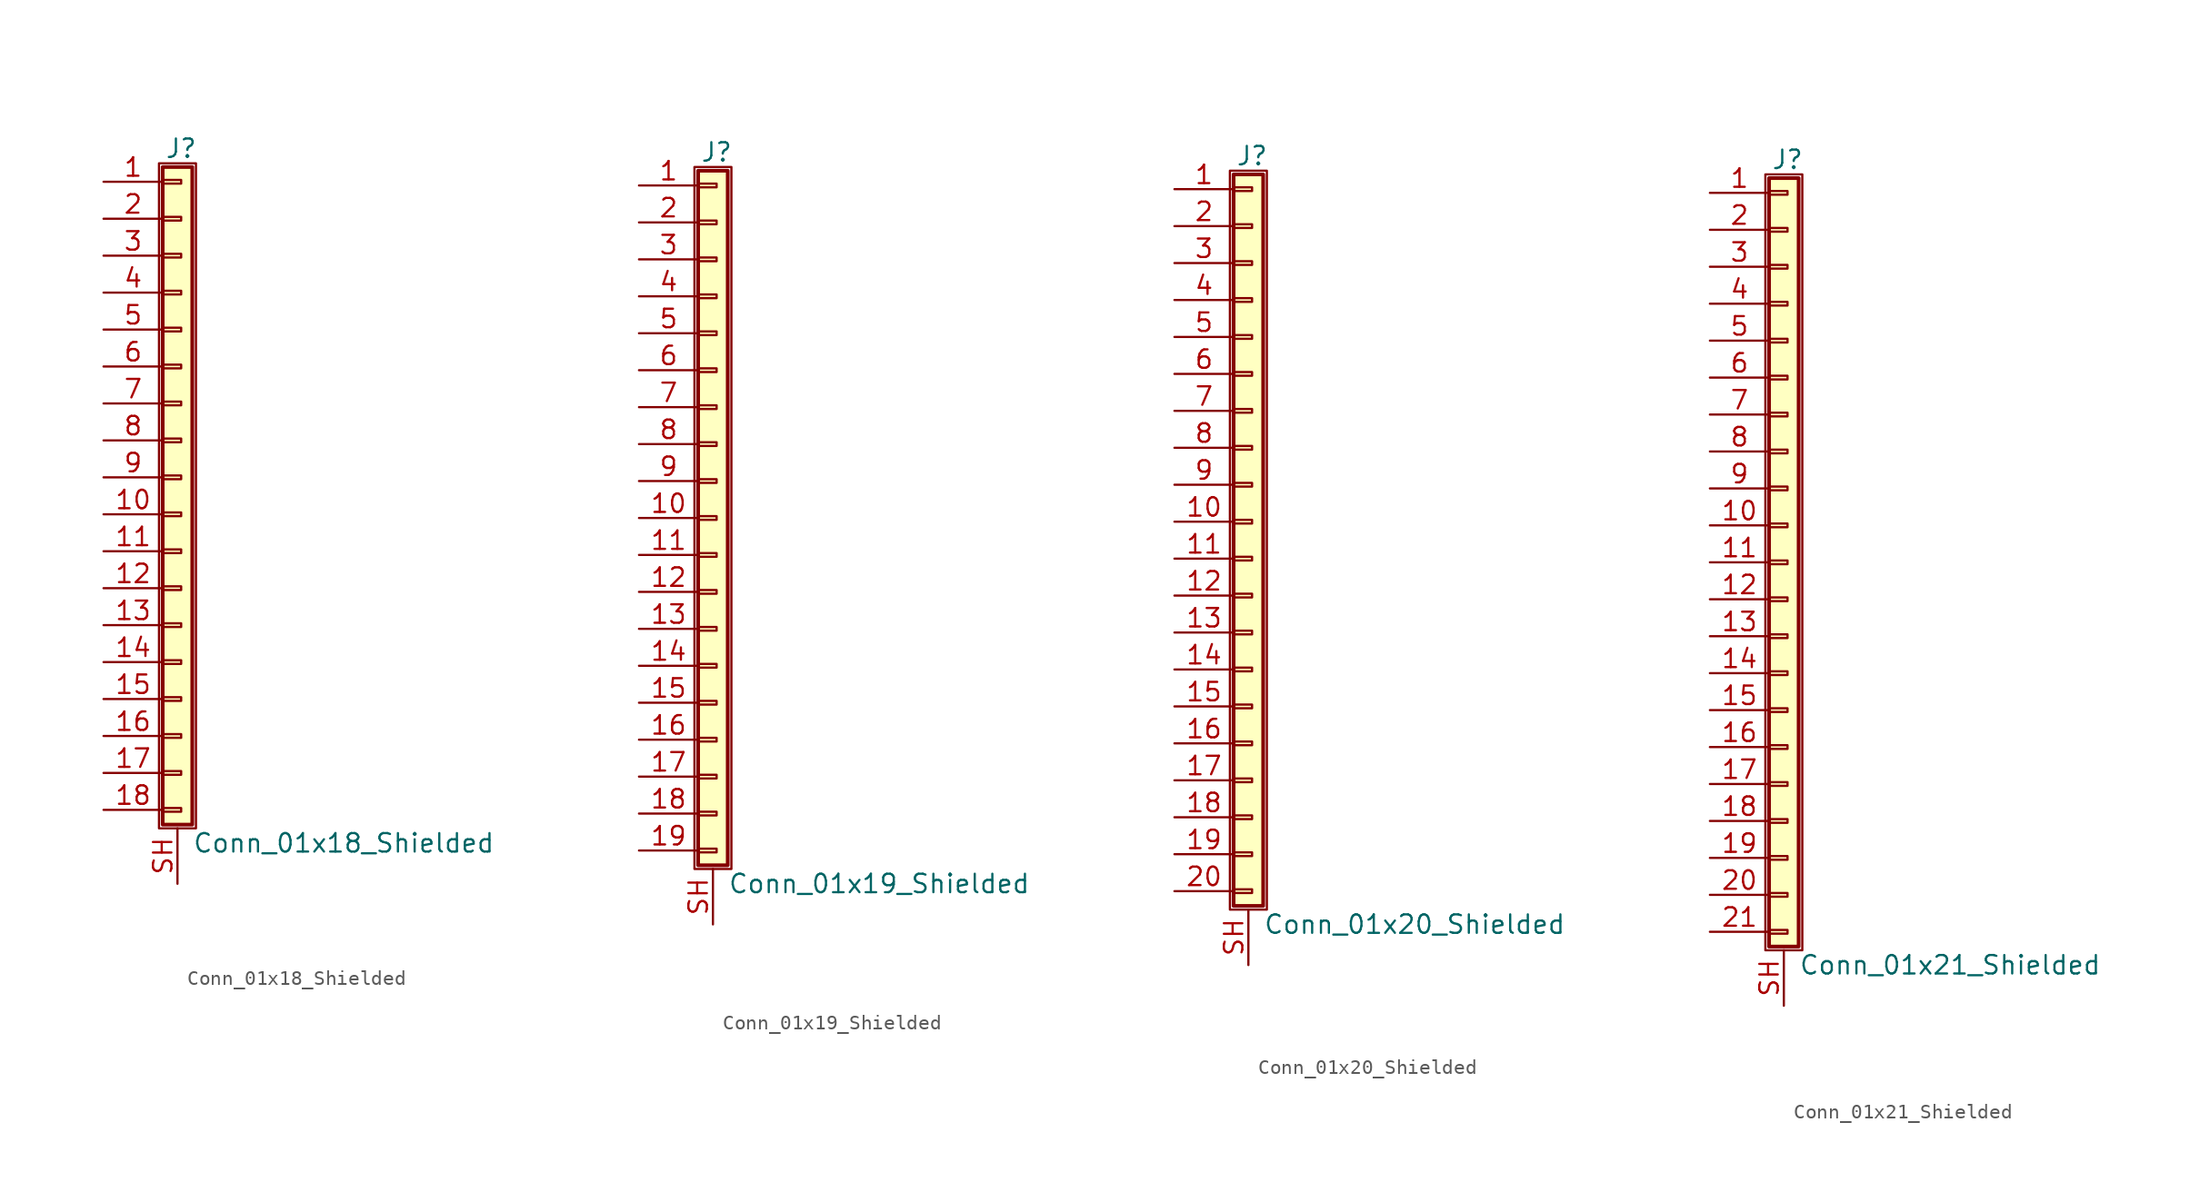
<source format=kicad_sym>
(kicad_symbol_lib
  (version 20201005)
  (generator kicad_symbol_editor)
  (symbol "Connector_Generic_Shielded:Conn_01x18_Shielded"
    (pin_names
      (offset 1.016) hide)
    (property "Reference" "J"
      (at 0.254 22.606 0)
      (effects (font (size 1.27 1.27))))
    (property "Value" "Conn_01x18_Shielded"
      (at 1.016 -25.146 0)
      (effects (font (size 1.27 1.27)) (justify left)))
    (symbol "Conn_01x18_Shielded_1_1"
      (rectangle (start -1.016 -4.953) (end 0.254 -5.207) (stroke (width 0.152)) (fill (type none)))
      (rectangle (start -1.016 -7.493) (end 0.254 -7.747) (stroke (width 0.152)) (fill (type none)))
      (rectangle (start -1.016 -10.033) (end 0.254 -10.287) (stroke (width 0.152)) (fill (type none)))
      (rectangle (start -1.016 -12.573) (end 0.254 -12.827) (stroke (width 0.152)) (fill (type none)))
      (rectangle (start -1.016 -15.113) (end 0.254 -15.367) (stroke (width 0.152)) (fill (type none)))
      (rectangle (start -1.016 -17.653) (end 0.254 -17.907) (stroke (width 0.152)) (fill (type none)))
      (rectangle (start -1.016 -20.193) (end 0.254 -20.447) (stroke (width 0.152)) (fill (type none)))
      (rectangle (start -1.016 -22.733) (end 0.254 -22.987) (stroke (width 0.152)) (fill (type none)))
      (rectangle (start -1.016 -2.413) (end 0.254 -2.667) (stroke (width 0.152)) (fill (type none)))
      (rectangle (start -1.016 2.667) (end 0.254 2.413) (stroke (width 0.152)) (fill (type none)))
      (rectangle (start -1.016 5.207) (end 0.254 4.953) (stroke (width 0.152)) (fill (type none)))
      (rectangle (start -1.016 7.747) (end 0.254 7.493) (stroke (width 0.152)) (fill (type none)))
      (rectangle (start -1.016 10.287) (end 0.254 10.033) (stroke (width 0.152)) (fill (type none)))
      (rectangle (start -1.016 0.127) (end 0.254 -0.127) (stroke (width 0.152)) (fill (type none)))
      (rectangle (start -1.016 12.827) (end 0.254 12.573) (stroke (width 0.152)) (fill (type none)))
      (rectangle (start -1.016 15.367) (end 0.254 15.113) (stroke (width 0.152)) (fill (type none)))
      (rectangle (start -1.016 17.907) (end 0.254 17.653) (stroke (width 0.152)) (fill (type none)))
      (rectangle (start -1.016 20.447) (end 0.254 20.193) (stroke (width 0.152)) (fill (type none)))
      (rectangle (start -1.016 21.336) (end 1.016 -23.876) (stroke (width 0.254)) (fill (type background)))
      (rectangle (start -1.27 21.59) (end 1.27 -24.13) (stroke (width 0.152)) (fill (type none)))
      (pin passive line (at -5.08 20.32 0) (length 4.064) (name "Pin_1" (effects (font (size 1.27 1.27)))) (number "1" (effects (font (size 1.27 1.27)))))
      (pin passive line (at -5.08 -2.54 0) (length 4.064) (name "Pin_10" (effects (font (size 1.27 1.27)))) (number "10" (effects (font (size 1.27 1.27)))))
      (pin passive line (at -5.08 -5.08 0) (length 4.064) (name "Pin_11" (effects (font (size 1.27 1.27)))) (number "11" (effects (font (size 1.27 1.27)))))
      (pin passive line (at -5.08 -7.62 0) (length 4.064) (name "Pin_12" (effects (font (size 1.27 1.27)))) (number "12" (effects (font (size 1.27 1.27)))))
      (pin passive line (at -5.08 -10.16 0) (length 4.064) (name "Pin_13" (effects (font (size 1.27 1.27)))) (number "13" (effects (font (size 1.27 1.27)))))
      (pin passive line (at -5.08 -12.7 0) (length 4.064) (name "Pin_14" (effects (font (size 1.27 1.27)))) (number "14" (effects (font (size 1.27 1.27)))))
      (pin passive line (at -5.08 -15.24 0) (length 4.064) (name "Pin_15" (effects (font (size 1.27 1.27)))) (number "15" (effects (font (size 1.27 1.27)))))
      (pin passive line (at -5.08 -17.78 0) (length 4.064) (name "Pin_16" (effects (font (size 1.27 1.27)))) (number "16" (effects (font (size 1.27 1.27)))))
      (pin passive line (at -5.08 -20.32 0) (length 4.064) (name "Pin_17" (effects (font (size 1.27 1.27)))) (number "17" (effects (font (size 1.27 1.27)))))
      (pin passive line (at -5.08 -22.86 0) (length 4.064) (name "Pin_18" (effects (font (size 1.27 1.27)))) (number "18" (effects (font (size 1.27 1.27)))))
      (pin passive line (at -5.08 17.78 0) (length 4.064) (name "Pin_2" (effects (font (size 1.27 1.27)))) (number "2" (effects (font (size 1.27 1.27)))))
      (pin passive line (at -5.08 15.24 0) (length 4.064) (name "Pin_3" (effects (font (size 1.27 1.27)))) (number "3" (effects (font (size 1.27 1.27)))))
      (pin passive line (at -5.08 12.7 0) (length 4.064) (name "Pin_4" (effects (font (size 1.27 1.27)))) (number "4" (effects (font (size 1.27 1.27)))))
      (pin passive line (at -5.08 10.16 0) (length 4.064) (name "Pin_5" (effects (font (size 1.27 1.27)))) (number "5" (effects (font (size 1.27 1.27)))))
      (pin passive line (at -5.08 7.62 0) (length 4.064) (name "Pin_6" (effects (font (size 1.27 1.27)))) (number "6" (effects (font (size 1.27 1.27)))))
      (pin passive line (at -5.08 5.08 0) (length 4.064) (name "Pin_7" (effects (font (size 1.27 1.27)))) (number "7" (effects (font (size 1.27 1.27)))))
      (pin passive line (at -5.08 2.54 0) (length 4.064) (name "Pin_8" (effects (font (size 1.27 1.27)))) (number "8" (effects (font (size 1.27 1.27)))))
      (pin passive line (at -5.08 0 0) (length 4.064) (name "Pin_9" (effects (font (size 1.27 1.27)))) (number "9" (effects (font (size 1.27 1.27)))))
      (pin passive line (at 0 -27.94 90) (length 3.81) (name "Shield" (effects (font (size 1.27 1.27)))) (number "SH" (effects (font (size 1.27 1.27)))))))
  (symbol "Connector_Generic_Shielded:Conn_01x19_Shielded"
    (pin_names
      (offset 1.016) hide)
    (property "Reference" "J"
      (at 0.254 25.146 0)
      (effects (font (size 1.27 1.27))))
    (property "Value" "Conn_01x19_Shielded"
      (at 1.016 -25.146 0)
      (effects (font (size 1.27 1.27)) (justify left)))
    (symbol "Conn_01x19_Shielded_1_1"
      (rectangle (start -1.016 -4.953) (end 0.254 -5.207) (stroke (width 0.152)) (fill (type none)))
      (rectangle (start -1.016 -7.493) (end 0.254 -7.747) (stroke (width 0.152)) (fill (type none)))
      (rectangle (start -1.016 -10.033) (end 0.254 -10.287) (stroke (width 0.152)) (fill (type none)))
      (rectangle (start -1.016 -12.573) (end 0.254 -12.827) (stroke (width 0.152)) (fill (type none)))
      (rectangle (start -1.016 -15.113) (end 0.254 -15.367) (stroke (width 0.152)) (fill (type none)))
      (rectangle (start -1.016 -17.653) (end 0.254 -17.907) (stroke (width 0.152)) (fill (type none)))
      (rectangle (start -1.016 -20.193) (end 0.254 -20.447) (stroke (width 0.152)) (fill (type none)))
      (rectangle (start -1.016 -22.733) (end 0.254 -22.987) (stroke (width 0.152)) (fill (type none)))
      (rectangle (start -1.016 -2.413) (end 0.254 -2.667) (stroke (width 0.152)) (fill (type none)))
      (rectangle (start -1.016 2.667) (end 0.254 2.413) (stroke (width 0.152)) (fill (type none)))
      (rectangle (start -1.016 5.207) (end 0.254 4.953) (stroke (width 0.152)) (fill (type none)))
      (rectangle (start -1.016 7.747) (end 0.254 7.493) (stroke (width 0.152)) (fill (type none)))
      (rectangle (start -1.016 10.287) (end 0.254 10.033) (stroke (width 0.152)) (fill (type none)))
      (rectangle (start -1.016 0.127) (end 0.254 -0.127) (stroke (width 0.152)) (fill (type none)))
      (rectangle (start -1.016 12.827) (end 0.254 12.573) (stroke (width 0.152)) (fill (type none)))
      (rectangle (start -1.016 15.367) (end 0.254 15.113) (stroke (width 0.152)) (fill (type none)))
      (rectangle (start -1.016 17.907) (end 0.254 17.653) (stroke (width 0.152)) (fill (type none)))
      (rectangle (start -1.016 20.447) (end 0.254 20.193) (stroke (width 0.152)) (fill (type none)))
      (rectangle (start -1.016 22.987) (end 0.254 22.733) (stroke (width 0.152)) (fill (type none)))
      (rectangle (start -1.016 23.876) (end 1.016 -23.876) (stroke (width 0.254)) (fill (type background)))
      (rectangle (start -1.27 24.13) (end 1.27 -24.13) (stroke (width 0.152)) (fill (type none)))
      (pin passive line (at -5.08 22.86 0) (length 4.064) (name "Pin_1" (effects (font (size 1.27 1.27)))) (number "1" (effects (font (size 1.27 1.27)))))
      (pin passive line (at -5.08 0 0) (length 4.064) (name "Pin_10" (effects (font (size 1.27 1.27)))) (number "10" (effects (font (size 1.27 1.27)))))
      (pin passive line (at -5.08 -2.54 0) (length 4.064) (name "Pin_11" (effects (font (size 1.27 1.27)))) (number "11" (effects (font (size 1.27 1.27)))))
      (pin passive line (at -5.08 -5.08 0) (length 4.064) (name "Pin_12" (effects (font (size 1.27 1.27)))) (number "12" (effects (font (size 1.27 1.27)))))
      (pin passive line (at -5.08 -7.62 0) (length 4.064) (name "Pin_13" (effects (font (size 1.27 1.27)))) (number "13" (effects (font (size 1.27 1.27)))))
      (pin passive line (at -5.08 -10.16 0) (length 4.064) (name "Pin_14" (effects (font (size 1.27 1.27)))) (number "14" (effects (font (size 1.27 1.27)))))
      (pin passive line (at -5.08 -12.7 0) (length 4.064) (name "Pin_15" (effects (font (size 1.27 1.27)))) (number "15" (effects (font (size 1.27 1.27)))))
      (pin passive line (at -5.08 -15.24 0) (length 4.064) (name "Pin_16" (effects (font (size 1.27 1.27)))) (number "16" (effects (font (size 1.27 1.27)))))
      (pin passive line (at -5.08 -17.78 0) (length 4.064) (name "Pin_17" (effects (font (size 1.27 1.27)))) (number "17" (effects (font (size 1.27 1.27)))))
      (pin passive line (at -5.08 -20.32 0) (length 4.064) (name "Pin_18" (effects (font (size 1.27 1.27)))) (number "18" (effects (font (size 1.27 1.27)))))
      (pin passive line (at -5.08 -22.86 0) (length 4.064) (name "Pin_19" (effects (font (size 1.27 1.27)))) (number "19" (effects (font (size 1.27 1.27)))))
      (pin passive line (at -5.08 20.32 0) (length 4.064) (name "Pin_2" (effects (font (size 1.27 1.27)))) (number "2" (effects (font (size 1.27 1.27)))))
      (pin passive line (at -5.08 17.78 0) (length 4.064) (name "Pin_3" (effects (font (size 1.27 1.27)))) (number "3" (effects (font (size 1.27 1.27)))))
      (pin passive line (at -5.08 15.24 0) (length 4.064) (name "Pin_4" (effects (font (size 1.27 1.27)))) (number "4" (effects (font (size 1.27 1.27)))))
      (pin passive line (at -5.08 12.7 0) (length 4.064) (name "Pin_5" (effects (font (size 1.27 1.27)))) (number "5" (effects (font (size 1.27 1.27)))))
      (pin passive line (at -5.08 10.16 0) (length 4.064) (name "Pin_6" (effects (font (size 1.27 1.27)))) (number "6" (effects (font (size 1.27 1.27)))))
      (pin passive line (at -5.08 7.62 0) (length 4.064) (name "Pin_7" (effects (font (size 1.27 1.27)))) (number "7" (effects (font (size 1.27 1.27)))))
      (pin passive line (at -5.08 5.08 0) (length 4.064) (name "Pin_8" (effects (font (size 1.27 1.27)))) (number "8" (effects (font (size 1.27 1.27)))))
      (pin passive line (at -5.08 2.54 0) (length 4.064) (name "Pin_9" (effects (font (size 1.27 1.27)))) (number "9" (effects (font (size 1.27 1.27)))))
      (pin passive line (at 0 -27.94 90) (length 3.81) (name "Shield" (effects (font (size 1.27 1.27)))) (number "SH" (effects (font (size 1.27 1.27)))))))
  (symbol "Connector_Generic_Shielded:Conn_01x20_Shielded"
    (pin_names
      (offset 1.016) hide)
    (property "Reference" "J"
      (at 0.254 25.146 0)
      (effects (font (size 1.27 1.27))))
    (property "Value" "Conn_01x20_Shielded"
      (at 1.016 -27.686 0)
      (effects (font (size 1.27 1.27)) (justify left)))
    (symbol "Conn_01x20_Shielded_1_1"
      (rectangle (start -1.016 -4.953) (end 0.254 -5.207) (stroke (width 0.152)) (fill (type none)))
      (rectangle (start -1.016 -7.493) (end 0.254 -7.747) (stroke (width 0.152)) (fill (type none)))
      (rectangle (start -1.016 -10.033) (end 0.254 -10.287) (stroke (width 0.152)) (fill (type none)))
      (rectangle (start -1.016 -12.573) (end 0.254 -12.827) (stroke (width 0.152)) (fill (type none)))
      (rectangle (start -1.016 -15.113) (end 0.254 -15.367) (stroke (width 0.152)) (fill (type none)))
      (rectangle (start -1.016 -17.653) (end 0.254 -17.907) (stroke (width 0.152)) (fill (type none)))
      (rectangle (start -1.016 -20.193) (end 0.254 -20.447) (stroke (width 0.152)) (fill (type none)))
      (rectangle (start -1.016 -22.733) (end 0.254 -22.987) (stroke (width 0.152)) (fill (type none)))
      (rectangle (start -1.016 -2.413) (end 0.254 -2.667) (stroke (width 0.152)) (fill (type none)))
      (rectangle (start -1.016 -25.273) (end 0.254 -25.527) (stroke (width 0.152)) (fill (type none)))
      (rectangle (start -1.016 2.667) (end 0.254 2.413) (stroke (width 0.152)) (fill (type none)))
      (rectangle (start -1.016 5.207) (end 0.254 4.953) (stroke (width 0.152)) (fill (type none)))
      (rectangle (start -1.016 7.747) (end 0.254 7.493) (stroke (width 0.152)) (fill (type none)))
      (rectangle (start -1.016 10.287) (end 0.254 10.033) (stroke (width 0.152)) (fill (type none)))
      (rectangle (start -1.016 0.127) (end 0.254 -0.127) (stroke (width 0.152)) (fill (type none)))
      (rectangle (start -1.016 12.827) (end 0.254 12.573) (stroke (width 0.152)) (fill (type none)))
      (rectangle (start -1.016 15.367) (end 0.254 15.113) (stroke (width 0.152)) (fill (type none)))
      (rectangle (start -1.016 17.907) (end 0.254 17.653) (stroke (width 0.152)) (fill (type none)))
      (rectangle (start -1.016 20.447) (end 0.254 20.193) (stroke (width 0.152)) (fill (type none)))
      (rectangle (start -1.016 22.987) (end 0.254 22.733) (stroke (width 0.152)) (fill (type none)))
      (rectangle (start -1.016 23.876) (end 1.016 -26.416) (stroke (width 0.254)) (fill (type background)))
      (rectangle (start -1.27 24.13) (end 1.27 -26.67) (stroke (width 0.152)) (fill (type none)))
      (pin passive line (at -5.08 22.86 0) (length 4.064) (name "Pin_1" (effects (font (size 1.27 1.27)))) (number "1" (effects (font (size 1.27 1.27)))))
      (pin passive line (at -5.08 0 0) (length 4.064) (name "Pin_10" (effects (font (size 1.27 1.27)))) (number "10" (effects (font (size 1.27 1.27)))))
      (pin passive line (at -5.08 -2.54 0) (length 4.064) (name "Pin_11" (effects (font (size 1.27 1.27)))) (number "11" (effects (font (size 1.27 1.27)))))
      (pin passive line (at -5.08 -5.08 0) (length 4.064) (name "Pin_12" (effects (font (size 1.27 1.27)))) (number "12" (effects (font (size 1.27 1.27)))))
      (pin passive line (at -5.08 -7.62 0) (length 4.064) (name "Pin_13" (effects (font (size 1.27 1.27)))) (number "13" (effects (font (size 1.27 1.27)))))
      (pin passive line (at -5.08 -10.16 0) (length 4.064) (name "Pin_14" (effects (font (size 1.27 1.27)))) (number "14" (effects (font (size 1.27 1.27)))))
      (pin passive line (at -5.08 -12.7 0) (length 4.064) (name "Pin_15" (effects (font (size 1.27 1.27)))) (number "15" (effects (font (size 1.27 1.27)))))
      (pin passive line (at -5.08 -15.24 0) (length 4.064) (name "Pin_16" (effects (font (size 1.27 1.27)))) (number "16" (effects (font (size 1.27 1.27)))))
      (pin passive line (at -5.08 -17.78 0) (length 4.064) (name "Pin_17" (effects (font (size 1.27 1.27)))) (number "17" (effects (font (size 1.27 1.27)))))
      (pin passive line (at -5.08 -20.32 0) (length 4.064) (name "Pin_18" (effects (font (size 1.27 1.27)))) (number "18" (effects (font (size 1.27 1.27)))))
      (pin passive line (at -5.08 -22.86 0) (length 4.064) (name "Pin_19" (effects (font (size 1.27 1.27)))) (number "19" (effects (font (size 1.27 1.27)))))
      (pin passive line (at -5.08 20.32 0) (length 4.064) (name "Pin_2" (effects (font (size 1.27 1.27)))) (number "2" (effects (font (size 1.27 1.27)))))
      (pin passive line (at -5.08 -25.4 0) (length 4.064) (name "Pin_20" (effects (font (size 1.27 1.27)))) (number "20" (effects (font (size 1.27 1.27)))))
      (pin passive line (at -5.08 17.78 0) (length 4.064) (name "Pin_3" (effects (font (size 1.27 1.27)))) (number "3" (effects (font (size 1.27 1.27)))))
      (pin passive line (at -5.08 15.24 0) (length 4.064) (name "Pin_4" (effects (font (size 1.27 1.27)))) (number "4" (effects (font (size 1.27 1.27)))))
      (pin passive line (at -5.08 12.7 0) (length 4.064) (name "Pin_5" (effects (font (size 1.27 1.27)))) (number "5" (effects (font (size 1.27 1.27)))))
      (pin passive line (at -5.08 10.16 0) (length 4.064) (name "Pin_6" (effects (font (size 1.27 1.27)))) (number "6" (effects (font (size 1.27 1.27)))))
      (pin passive line (at -5.08 7.62 0) (length 4.064) (name "Pin_7" (effects (font (size 1.27 1.27)))) (number "7" (effects (font (size 1.27 1.27)))))
      (pin passive line (at -5.08 5.08 0) (length 4.064) (name "Pin_8" (effects (font (size 1.27 1.27)))) (number "8" (effects (font (size 1.27 1.27)))))
      (pin passive line (at -5.08 2.54 0) (length 4.064) (name "Pin_9" (effects (font (size 1.27 1.27)))) (number "9" (effects (font (size 1.27 1.27)))))
      (pin passive line (at 0 -30.48 90) (length 3.81) (name "Shield" (effects (font (size 1.27 1.27)))) (number "SH" (effects (font (size 1.27 1.27)))))))
  (symbol "Connector_Generic_Shielded:Conn_01x21_Shielded"
    (pin_names
      (offset 1.016) hide)
    (property "Reference" "J"
      (at 0.254 27.686 0)
      (effects (font (size 1.27 1.27))))
    (property "Value" "Conn_01x21_Shielded"
      (at 1.016 -27.686 0)
      (effects (font (size 1.27 1.27)) (justify left)))
    (symbol "Conn_01x21_Shielded_1_1"
      (rectangle (start -1.016 -4.953) (end 0.254 -5.207) (stroke (width 0.152)) (fill (type none)))
      (rectangle (start -1.016 -7.493) (end 0.254 -7.747) (stroke (width 0.152)) (fill (type none)))
      (rectangle (start -1.016 -10.033) (end 0.254 -10.287) (stroke (width 0.152)) (fill (type none)))
      (rectangle (start -1.016 -12.573) (end 0.254 -12.827) (stroke (width 0.152)) (fill (type none)))
      (rectangle (start -1.016 -15.113) (end 0.254 -15.367) (stroke (width 0.152)) (fill (type none)))
      (rectangle (start -1.016 -17.653) (end 0.254 -17.907) (stroke (width 0.152)) (fill (type none)))
      (rectangle (start -1.016 -20.193) (end 0.254 -20.447) (stroke (width 0.152)) (fill (type none)))
      (rectangle (start -1.016 -22.733) (end 0.254 -22.987) (stroke (width 0.152)) (fill (type none)))
      (rectangle (start -1.016 -2.413) (end 0.254 -2.667) (stroke (width 0.152)) (fill (type none)))
      (rectangle (start -1.016 -25.273) (end 0.254 -25.527) (stroke (width 0.152)) (fill (type none)))
      (rectangle (start -1.016 25.527) (end 0.254 25.273) (stroke (width 0.152)) (fill (type none)))
      (rectangle (start -1.016 26.416) (end 1.016 -26.416) (stroke (width 0.254)) (fill (type background)))
      (rectangle (start -1.016 2.667) (end 0.254 2.413) (stroke (width 0.152)) (fill (type none)))
      (rectangle (start -1.016 5.207) (end 0.254 4.953) (stroke (width 0.152)) (fill (type none)))
      (rectangle (start -1.016 7.747) (end 0.254 7.493) (stroke (width 0.152)) (fill (type none)))
      (rectangle (start -1.016 10.287) (end 0.254 10.033) (stroke (width 0.152)) (fill (type none)))
      (rectangle (start -1.016 0.127) (end 0.254 -0.127) (stroke (width 0.152)) (fill (type none)))
      (rectangle (start -1.016 12.827) (end 0.254 12.573) (stroke (width 0.152)) (fill (type none)))
      (rectangle (start -1.016 15.367) (end 0.254 15.113) (stroke (width 0.152)) (fill (type none)))
      (rectangle (start -1.016 17.907) (end 0.254 17.653) (stroke (width 0.152)) (fill (type none)))
      (rectangle (start -1.016 20.447) (end 0.254 20.193) (stroke (width 0.152)) (fill (type none)))
      (rectangle (start -1.016 22.987) (end 0.254 22.733) (stroke (width 0.152)) (fill (type none)))
      (rectangle (start -1.27 26.67) (end 1.27 -26.67) (stroke (width 0.152)) (fill (type none)))
      (pin passive line (at -5.08 25.4 0) (length 4.064) (name "Pin_1" (effects (font (size 1.27 1.27)))) (number "1" (effects (font (size 1.27 1.27)))))
      (pin passive line (at -5.08 2.54 0) (length 4.064) (name "Pin_10" (effects (font (size 1.27 1.27)))) (number "10" (effects (font (size 1.27 1.27)))))
      (pin passive line (at -5.08 0 0) (length 4.064) (name "Pin_11" (effects (font (size 1.27 1.27)))) (number "11" (effects (font (size 1.27 1.27)))))
      (pin passive line (at -5.08 -2.54 0) (length 4.064) (name "Pin_12" (effects (font (size 1.27 1.27)))) (number "12" (effects (font (size 1.27 1.27)))))
      (pin passive line (at -5.08 -5.08 0) (length 4.064) (name "Pin_13" (effects (font (size 1.27 1.27)))) (number "13" (effects (font (size 1.27 1.27)))))
      (pin passive line (at -5.08 -7.62 0) (length 4.064) (name "Pin_14" (effects (font (size 1.27 1.27)))) (number "14" (effects (font (size 1.27 1.27)))))
      (pin passive line (at -5.08 -10.16 0) (length 4.064) (name "Pin_15" (effects (font (size 1.27 1.27)))) (number "15" (effects (font (size 1.27 1.27)))))
      (pin passive line (at -5.08 -12.7 0) (length 4.064) (name "Pin_16" (effects (font (size 1.27 1.27)))) (number "16" (effects (font (size 1.27 1.27)))))
      (pin passive line (at -5.08 -15.24 0) (length 4.064) (name "Pin_17" (effects (font (size 1.27 1.27)))) (number "17" (effects (font (size 1.27 1.27)))))
      (pin passive line (at -5.08 -17.78 0) (length 4.064) (name "Pin_18" (effects (font (size 1.27 1.27)))) (number "18" (effects (font (size 1.27 1.27)))))
      (pin passive line (at -5.08 -20.32 0) (length 4.064) (name "Pin_19" (effects (font (size 1.27 1.27)))) (number "19" (effects (font (size 1.27 1.27)))))
      (pin passive line (at -5.08 22.86 0) (length 4.064) (name "Pin_2" (effects (font (size 1.27 1.27)))) (number "2" (effects (font (size 1.27 1.27)))))
      (pin passive line (at -5.08 -22.86 0) (length 4.064) (name "Pin_20" (effects (font (size 1.27 1.27)))) (number "20" (effects (font (size 1.27 1.27)))))
      (pin passive line (at -5.08 -25.4 0) (length 4.064) (name "Pin_21" (effects (font (size 1.27 1.27)))) (number "21" (effects (font (size 1.27 1.27)))))
      (pin passive line (at -5.08 20.32 0) (length 4.064) (name "Pin_3" (effects (font (size 1.27 1.27)))) (number "3" (effects (font (size 1.27 1.27)))))
      (pin passive line (at -5.08 17.78 0) (length 4.064) (name "Pin_4" (effects (font (size 1.27 1.27)))) (number "4" (effects (font (size 1.27 1.27)))))
      (pin passive line (at -5.08 15.24 0) (length 4.064) (name "Pin_5" (effects (font (size 1.27 1.27)))) (number "5" (effects (font (size 1.27 1.27)))))
      (pin passive line (at -5.08 12.7 0) (length 4.064) (name "Pin_6" (effects (font (size 1.27 1.27)))) (number "6" (effects (font (size 1.27 1.27)))))
      (pin passive line (at -5.08 10.16 0) (length 4.064) (name "Pin_7" (effects (font (size 1.27 1.27)))) (number "7" (effects (font (size 1.27 1.27)))))
      (pin passive line (at -5.08 7.62 0) (length 4.064) (name "Pin_8" (effects (font (size 1.27 1.27)))) (number "8" (effects (font (size 1.27 1.27)))))
      (pin passive line (at -5.08 5.08 0) (length 4.064) (name "Pin_9" (effects (font (size 1.27 1.27)))) (number "9" (effects (font (size 1.27 1.27)))))
      (pin passive line (at 0 -30.48 90) (length 3.81) (name "Shield" (effects (font (size 1.27 1.27)))) (number "SH" (effects (font (size 1.27 1.27))))))))
</source>
